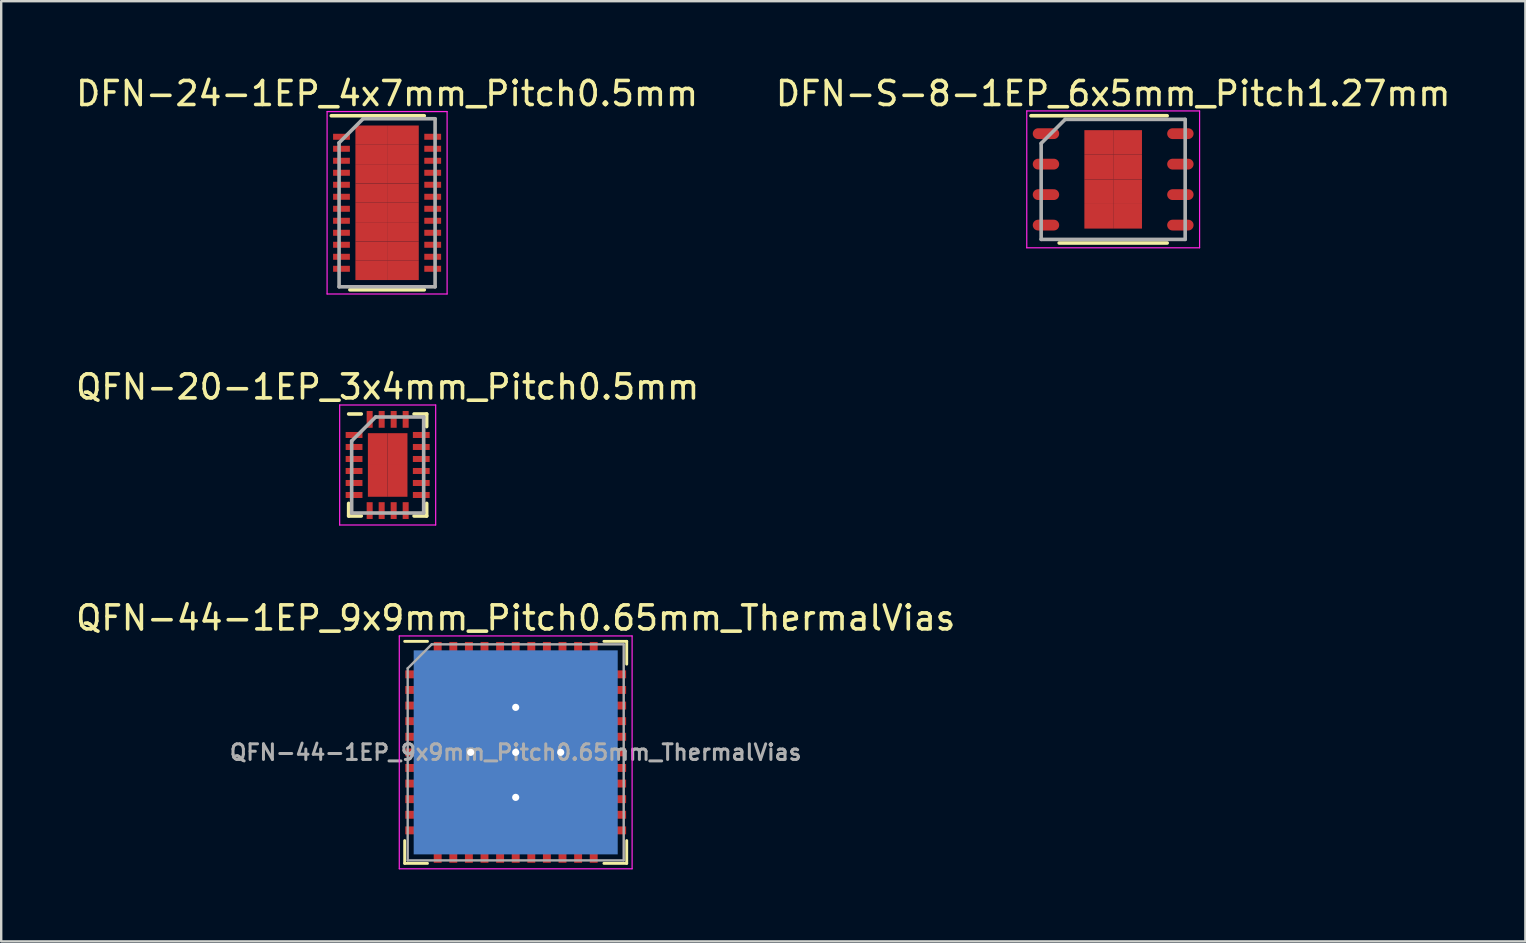
<source format=kicad_pcb>
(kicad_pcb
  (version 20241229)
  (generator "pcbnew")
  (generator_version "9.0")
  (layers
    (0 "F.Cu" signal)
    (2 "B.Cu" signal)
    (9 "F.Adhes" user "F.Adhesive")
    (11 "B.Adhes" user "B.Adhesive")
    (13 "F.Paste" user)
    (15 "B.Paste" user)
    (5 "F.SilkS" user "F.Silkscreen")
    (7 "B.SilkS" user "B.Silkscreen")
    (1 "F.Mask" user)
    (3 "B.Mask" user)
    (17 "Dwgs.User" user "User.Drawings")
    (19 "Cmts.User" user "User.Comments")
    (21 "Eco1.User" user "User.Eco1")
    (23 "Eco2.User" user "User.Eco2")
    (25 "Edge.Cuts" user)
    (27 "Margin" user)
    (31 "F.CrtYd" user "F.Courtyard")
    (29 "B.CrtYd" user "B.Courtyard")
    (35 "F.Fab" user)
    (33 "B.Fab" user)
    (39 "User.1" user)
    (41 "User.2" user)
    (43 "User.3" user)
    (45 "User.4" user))
  (footprint "QFN-20-1EP_3x4mm_Pitch0.5mm"
    (layer "F.Cu")
    (at 13.101 16.322)
    (property "Reference" "QFN-20-1EP_3x4mm_Pitch0.5mm" (at 0 -3.25 0) (layer "F.SilkS") (effects (font (size 1 1) (thickness 0.15))))
    (attr smd)
    (fp_line (start -1.625 -2.125) (end -1.1 -2.125) (stroke (width 0.15) (type solid)) (layer "F.SilkS"))
    (fp_line (start -1.625 2.125) (end -1.625 1.6) (stroke (width 0.15) (type solid)) (layer "F.SilkS"))
    (fp_line (start -1.625 2.125) (end -1.1 2.125) (stroke (width 0.15) (type solid)) (layer "F.SilkS"))
    (fp_line (start 1.625 -2.125) (end 1.1 -2.125) (stroke (width 0.15) (type solid)) (layer "F.SilkS"))
    (fp_line (start 1.625 -2.125) (end 1.625 -1.6) (stroke (width 0.15) (type solid)) (layer "F.SilkS"))
    (fp_line (start 1.625 2.125) (end 1.1 2.125) (stroke (width 0.15) (type solid)) (layer "F.SilkS"))
    (fp_line (start 1.625 2.125) (end 1.625 1.6) (stroke (width 0.15) (type solid)) (layer "F.SilkS"))
    (fp_line (start -2 -2.5) (end -2 2.5) (stroke (width 0.05) (type solid)) (layer "F.CrtYd"))
    (fp_line (start -2 -2.5) (end 2 -2.5) (stroke (width 0.05) (type solid)) (layer "F.CrtYd"))
    (fp_line (start -2 2.5) (end 2 2.5) (stroke (width 0.05) (type solid)) (layer "F.CrtYd"))
    (fp_line (start 2 -2.5) (end 2 2.5) (stroke (width 0.05) (type solid)) (layer "F.CrtYd"))
    (fp_line (start -1.5 -1) (end -0.5 -2) (stroke (width 0.15) (type solid)) (layer "F.Fab"))
    (fp_line (start -1.5 2) (end -1.5 -1) (stroke (width 0.15) (type solid)) (layer "F.Fab"))
    (fp_line (start -0.5 -2) (end 1.5 -2) (stroke (width 0.15) (type solid)) (layer "F.Fab"))
    (fp_line (start 1.5 -2) (end 1.5 2) (stroke (width 0.15) (type solid)) (layer "F.Fab"))
    (fp_line (start 1.5 2) (end -1.5 2) (stroke (width 0.15) (type solid)) (layer "F.Fab"))
    (pad "1" smd rect (at -1.4 -1.25) (size 0.7 0.25) (layers "F.Cu" "F.Mask" "F.Paste"))
    (pad "2" smd rect (at -1.4 -0.75) (size 0.7 0.25) (layers "F.Cu" "F.Mask" "F.Paste"))
    (pad "3" smd rect (at -1.4 -0.25) (size 0.7 0.25) (layers "F.Cu" "F.Mask" "F.Paste"))
    (pad "4" smd rect (at -1.4 0.25) (size 0.7 0.25) (layers "F.Cu" "F.Mask" "F.Paste"))
    (pad "5" smd rect (at -1.4 0.75) (size 0.7 0.25) (layers "F.Cu" "F.Mask" "F.Paste"))
    (pad "6" smd rect (at -1.4 1.25) (size 0.7 0.25) (layers "F.Cu" "F.Mask" "F.Paste"))
    (pad "7" smd rect (at -0.75 1.9 90) (size 0.7 0.25) (layers "F.Cu" "F.Mask" "F.Paste"))
    (pad "8" smd rect (at -0.25 1.9 90) (size 0.7 0.25) (layers "F.Cu" "F.Mask" "F.Paste"))
    (pad "9" smd rect (at 0.25 1.9 90) (size 0.7 0.25) (layers "F.Cu" "F.Mask" "F.Paste"))
    (pad "10" smd rect (at 0.75 1.9 90) (size 0.7 0.25) (layers "F.Cu" "F.Mask" "F.Paste"))
    (pad "11" smd rect (at 1.4 1.25) (size 0.7 0.25) (layers "F.Cu" "F.Mask" "F.Paste"))
    (pad "12" smd rect (at 1.4 0.75) (size 0.7 0.25) (layers "F.Cu" "F.Mask" "F.Paste"))
    (pad "13" smd rect (at 1.4 0.25) (size 0.7 0.25) (layers "F.Cu" "F.Mask" "F.Paste"))
    (pad "14" smd rect (at 1.4 -0.25) (size 0.7 0.25) (layers "F.Cu" "F.Mask" "F.Paste"))
    (pad "15" smd rect (at 1.4 -0.75) (size 0.7 0.25) (layers "F.Cu" "F.Mask" "F.Paste"))
    (pad "16" smd rect (at 1.4 -1.25) (size 0.7 0.25) (layers "F.Cu" "F.Mask" "F.Paste"))
    (pad "17" smd rect (at 0.75 -1.9 90) (size 0.7 0.25) (layers "F.Cu" "F.Mask" "F.Paste"))
    (pad "18" smd rect (at 0.25 -1.9 90) (size 0.7 0.25) (layers "F.Cu" "F.Mask" "F.Paste"))
    (pad "19" smd rect (at -0.25 -1.9 90) (size 0.7 0.25) (layers "F.Cu" "F.Mask" "F.Paste"))
    (pad "20" smd rect (at -0.75 -1.9 90) (size 0.7 0.25) (layers "F.Cu" "F.Mask" "F.Paste"))
    (pad "21" smd rect (at -0.412 -0.662) (size 0.825 1.325) (layers "F.Cu" "F.Mask" "F.Paste"))
    (pad "21" smd rect (at -0.412 0.662) (size 0.825 1.325) (layers "F.Cu" "F.Mask" "F.Paste"))
    (pad "21" smd rect (at 0.412 -0.662) (size 0.825 1.325) (layers "F.Cu" "F.Mask" "F.Paste"))
    (pad "21" smd rect (at 0.412 0.662) (size 0.825 1.325) (layers "F.Cu" "F.Mask" "F.Paste")))
  (footprint "QFN-44-1EP_9x9mm_Pitch0.65mm_ThermalVias"
    (layer "F.Cu")
    (at 18.435 28.295)
    (property "Reference" "QFN-44-1EP_9x9mm_Pitch0.65mm_ThermalVias" (at 0 -5.6 0) (layer "F.SilkS") (effects (font (size 1 1) (thickness 0.15))))
    (attr smd)
    (fp_line (start -4.625 -4.625) (end -3.675 -4.625) (stroke (width 0.12) (type solid)) (layer "F.SilkS"))
    (fp_line (start -4.625 4.625) (end -4.625 3.675) (stroke (width 0.12) (type solid)) (layer "F.SilkS"))
    (fp_line (start -3.675 4.625) (end -4.625 4.625) (stroke (width 0.12) (type solid)) (layer "F.SilkS"))
    (fp_line (start 3.675 -4.625) (end 4.625 -4.625) (stroke (width 0.12) (type solid)) (layer "F.SilkS"))
    (fp_line (start 3.675 4.625) (end 4.625 4.625) (stroke (width 0.12) (type solid)) (layer "F.SilkS"))
    (fp_line (start 4.625 -4.625) (end 4.625 -3.675) (stroke (width 0.12) (type solid)) (layer "F.SilkS"))
    (fp_line (start 4.625 4.625) (end 4.625 3.675) (stroke (width 0.12) (type solid)) (layer "F.SilkS"))
    (fp_line (start -4.85 -4.85) (end -4.85 4.85) (stroke (width 0.05) (type solid)) (layer "F.CrtYd"))
    (fp_line (start -4.85 4.85) (end 4.85 4.85) (stroke (width 0.05) (type solid)) (layer "F.CrtYd"))
    (fp_line (start 4.85 -4.85) (end -4.85 -4.85) (stroke (width 0.05) (type solid)) (layer "F.CrtYd"))
    (fp_line (start 4.85 4.85) (end 4.85 -4.85) (stroke (width 0.05) (type solid)) (layer "F.CrtYd"))
    (fp_line (start -4.5 -3.5) (end -3.5 -4.5) (stroke (width 0.1) (type solid)) (layer "F.Fab"))
    (fp_line (start -4.5 4.5) (end -4.5 -3.5) (stroke (width 0.1) (type solid)) (layer "F.Fab"))
    (fp_line (start -3.5 -4.5) (end 4.5 -4.5) (stroke (width 0.1) (type solid)) (layer "F.Fab"))
    (fp_line (start 4.5 -4.5) (end 4.5 4.5) (stroke (width 0.1) (type solid)) (layer "F.Fab"))
    (fp_line (start 4.5 4.5) (end -4.5 4.5) (stroke (width 0.1) (type solid)) (layer "F.Fab"))
    (fp_text user "${REFERENCE}" (at 0 0 0) (layer "F.Fab") (effects (font (size 0.65 0.65) (thickness 0.125))))
    (pad "" smd rect (at -1.875 -1.875) (size 2.65 2.65) (layers "F.Paste"))
    (pad "" smd rect (at -1.875 1.875) (size 2.65 2.65) (layers "F.Paste"))
    (pad "" smd rect (at 1.875 -1.875) (size 2.65 2.65) (layers "F.Paste"))
    (pad "" smd rect (at 1.875 1.875) (size 2.65 2.65) (layers "F.Paste"))
    (pad "1" smd rect (at -4.3 -3.25) (size 0.6 0.33) (layers "F.Cu" "F.Mask" "F.Paste"))
    (pad "2" smd rect (at -4.3 -2.6) (size 0.6 0.33) (layers "F.Cu" "F.Mask" "F.Paste"))
    (pad "3" smd rect (at -4.3 -1.95) (size 0.6 0.33) (layers "F.Cu" "F.Mask" "F.Paste"))
    (pad "4" smd rect (at -4.3 -1.3) (size 0.6 0.33) (layers "F.Cu" "F.Mask" "F.Paste"))
    (pad "5" smd rect (at -4.3 -0.65) (size 0.6 0.33) (layers "F.Cu" "F.Mask" "F.Paste"))
    (pad "6" smd rect (at -4.3 0) (size 0.6 0.33) (layers "F.Cu" "F.Mask" "F.Paste"))
    (pad "7" smd rect (at -4.3 0.65) (size 0.6 0.33) (layers "F.Cu" "F.Mask" "F.Paste"))
    (pad "8" smd rect (at -4.3 1.3) (size 0.6 0.33) (layers "F.Cu" "F.Mask" "F.Paste"))
    (pad "9" smd rect (at -4.3 1.95) (size 0.6 0.33) (layers "F.Cu" "F.Mask" "F.Paste"))
    (pad "10" smd rect (at -4.3 2.6) (size 0.6 0.33) (layers "F.Cu" "F.Mask" "F.Paste"))
    (pad "11" smd rect (at -4.3 3.25) (size 0.6 0.33) (layers "F.Cu" "F.Mask" "F.Paste"))
    (pad "12" smd rect (at -3.25 4.3 90) (size 0.6 0.33) (layers "F.Cu" "F.Mask" "F.Paste"))
    (pad "13" smd rect (at -2.6 4.3 90) (size 0.6 0.33) (layers "F.Cu" "F.Mask" "F.Paste"))
    (pad "14" smd rect (at -1.95 4.3 90) (size 0.6 0.33) (layers "F.Cu" "F.Mask" "F.Paste"))
    (pad "15" smd rect (at -1.3 4.3 90) (size 0.6 0.33) (layers "F.Cu" "F.Mask" "F.Paste"))
    (pad "16" smd rect (at -0.65 4.3 90) (size 0.6 0.33) (layers "F.Cu" "F.Mask" "F.Paste"))
    (pad "17" smd rect (at 0 4.3 90) (size 0.6 0.33) (layers "F.Cu" "F.Mask" "F.Paste"))
    (pad "18" smd rect (at 0.65 4.3 90) (size 0.6 0.33) (layers "F.Cu" "F.Mask" "F.Paste"))
    (pad "19" smd rect (at 1.3 4.3 90) (size 0.6 0.33) (layers "F.Cu" "F.Mask" "F.Paste"))
    (pad "20" smd rect (at 1.95 4.3 90) (size 0.6 0.33) (layers "F.Cu" "F.Mask" "F.Paste"))
    (pad "21" smd rect (at 2.6 4.3 90) (size 0.6 0.33) (layers "F.Cu" "F.Mask" "F.Paste"))
    (pad "22" smd rect (at 3.25 4.3 90) (size 0.6 0.33) (layers "F.Cu" "F.Mask" "F.Paste"))
    (pad "23" smd rect (at 4.3 3.25) (size 0.6 0.33) (layers "F.Cu" "F.Mask" "F.Paste"))
    (pad "24" smd rect (at 4.3 2.6) (size 0.6 0.33) (layers "F.Cu" "F.Mask" "F.Paste"))
    (pad "25" smd rect (at 4.3 1.95) (size 0.6 0.33) (layers "F.Cu" "F.Mask" "F.Paste"))
    (pad "26" smd rect (at 4.3 1.3) (size 0.6 0.33) (layers "F.Cu" "F.Mask" "F.Paste"))
    (pad "27" smd rect (at 4.3 0.65) (size 0.6 0.33) (layers "F.Cu" "F.Mask" "F.Paste"))
    (pad "28" smd rect (at 4.3 0) (size 0.6 0.33) (layers "F.Cu" "F.Mask" "F.Paste"))
    (pad "29" smd rect (at 4.3 -0.65) (size 0.6 0.33) (layers "F.Cu" "F.Mask" "F.Paste"))
    (pad "30" smd rect (at 4.3 -1.3) (size 0.6 0.33) (layers "F.Cu" "F.Mask" "F.Paste"))
    (pad "31" smd rect (at 4.3 -1.95) (size 0.6 0.33) (layers "F.Cu" "F.Mask" "F.Paste"))
    (pad "32" smd rect (at 4.3 -2.6) (size 0.6 0.33) (layers "F.Cu" "F.Mask" "F.Paste"))
    (pad "33" smd rect (at 4.3 -3.25) (size 0.6 0.33) (layers "F.Cu" "F.Mask" "F.Paste"))
    (pad "34" smd rect (at 3.25 -4.3 90) (size 0.6 0.33) (layers "F.Cu" "F.Mask" "F.Paste"))
    (pad "35" smd rect (at 2.6 -4.3 90) (size 0.6 0.33) (layers "F.Cu" "F.Mask" "F.Paste"))
    (pad "36" smd rect (at 1.95 -4.3 90) (size 0.6 0.33) (layers "F.Cu" "F.Mask" "F.Paste"))
    (pad "37" smd rect (at 1.3 -4.3 90) (size 0.6 0.33) (layers "F.Cu" "F.Mask" "F.Paste"))
    (pad "38" smd rect (at 0.65 -4.3 90) (size 0.6 0.33) (layers "F.Cu" "F.Mask" "F.Paste"))
    (pad "39" smd rect (at 0 -4.3 90) (size 0.6 0.33) (layers "F.Cu" "F.Mask" "F.Paste"))
    (pad "40" smd rect (at -0.65 -4.3 90) (size 0.6 0.33) (layers "F.Cu" "F.Mask" "F.Paste"))
    (pad "41" smd rect (at -1.3 -4.3 90) (size 0.6 0.33) (layers "F.Cu" "F.Mask" "F.Paste"))
    (pad "42" smd rect (at -1.95 -4.3 90) (size 0.6 0.33) (layers "F.Cu" "F.Mask" "F.Paste"))
    (pad "43" smd rect (at -2.6 -4.3 90) (size 0.6 0.33) (layers "F.Cu" "F.Mask" "F.Paste"))
    (pad "44" smd rect (at -3.25 -4.3 90) (size 0.6 0.33) (layers "F.Cu" "F.Mask" "F.Paste"))
    (pad "45" thru_hole circle (at -1.875 0) (size 0.6 0.6) (drill 0.3) (layers "*.Cu"))
    (pad "45" thru_hole circle (at 0 -1.875) (size 0.6 0.6) (drill 0.3) (layers "*.Cu"))
    (pad "45" thru_hole circle (at 0 0) (size 0.6 0.6) (drill 0.3) (layers "*.Cu"))
    (pad "45" smd rect (at 0 0) (size 7.5 7.5) (layers "F.Cu" "F.Mask"))
    (pad "45" smd rect (at 0 0) (size 8.5 8.5) (layers "B.Cu"))
    (pad "45" thru_hole circle (at 0 1.875) (size 0.6 0.6) (drill 0.3) (layers "*.Cu"))
    (pad "45" thru_hole circle (at 1.875 0) (size 0.6 0.6) (drill 0.3) (layers "*.Cu")))
  (footprint "DFN-24-1EP_4x7mm_Pitch0.5mm"
    (layer "F.Cu")
    (at 13.077 5.398)
    (property "Reference" "DFN-24-1EP_4x7mm_Pitch0.5mm" (at 0 -4.55 0) (layer "F.SilkS") (effects (font (size 1 1) (thickness 0.15))))
    (attr smd)
    (fp_line (start -2.325 -3.625) (end 1.55 -3.625) (stroke (width 0.15) (type solid)) (layer "F.SilkS"))
    (fp_line (start -1.55 3.625) (end 1.55 3.625) (stroke (width 0.15) (type solid)) (layer "F.SilkS"))
    (fp_line (start -2.5 -3.8) (end -2.5 3.8) (stroke (width 0.05) (type solid)) (layer "F.CrtYd"))
    (fp_line (start -2.5 -3.8) (end 2.5 -3.8) (stroke (width 0.05) (type solid)) (layer "F.CrtYd"))
    (fp_line (start -2.5 3.8) (end 2.5 3.8) (stroke (width 0.05) (type solid)) (layer "F.CrtYd"))
    (fp_line (start 2.5 -3.8) (end 2.5 3.8) (stroke (width 0.05) (type solid)) (layer "F.CrtYd"))
    (fp_line (start -2 -2.5) (end -1 -3.5) (stroke (width 0.15) (type solid)) (layer "F.Fab"))
    (fp_line (start -2 3.5) (end -2 -2.5) (stroke (width 0.15) (type solid)) (layer "F.Fab"))
    (fp_line (start -1 -3.5) (end 2 -3.5) (stroke (width 0.15) (type solid)) (layer "F.Fab"))
    (fp_line (start 2 -3.5) (end 2 3.5) (stroke (width 0.15) (type solid)) (layer "F.Fab"))
    (fp_line (start 2 3.5) (end -2 3.5) (stroke (width 0.15) (type solid)) (layer "F.Fab"))
    (pad "1" smd rect (at -1.9 -2.75) (size 0.7 0.25) (layers "F.Cu" "F.Mask" "F.Paste"))
    (pad "2" smd rect (at -1.9 -2.25) (size 0.7 0.25) (layers "F.Cu" "F.Mask" "F.Paste"))
    (pad "3" smd rect (at -1.9 -1.75) (size 0.7 0.25) (layers "F.Cu" "F.Mask" "F.Paste"))
    (pad "4" smd rect (at -1.9 -1.25) (size 0.7 0.25) (layers "F.Cu" "F.Mask" "F.Paste"))
    (pad "5" smd rect (at -1.9 -0.75) (size 0.7 0.25) (layers "F.Cu" "F.Mask" "F.Paste"))
    (pad "6" smd rect (at -1.9 -0.25) (size 0.7 0.25) (layers "F.Cu" "F.Mask" "F.Paste"))
    (pad "7" smd rect (at -1.9 0.25) (size 0.7 0.25) (layers "F.Cu" "F.Mask" "F.Paste"))
    (pad "8" smd rect (at -1.9 0.75) (size 0.7 0.25) (layers "F.Cu" "F.Mask" "F.Paste"))
    (pad "9" smd rect (at -1.9 1.25) (size 0.7 0.25) (layers "F.Cu" "F.Mask" "F.Paste"))
    (pad "10" smd rect (at -1.9 1.75) (size 0.7 0.25) (layers "F.Cu" "F.Mask" "F.Paste"))
    (pad "11" smd rect (at -1.9 2.25) (size 0.7 0.25) (layers "F.Cu" "F.Mask" "F.Paste"))
    (pad "12" smd rect (at -1.9 2.75) (size 0.7 0.25) (layers "F.Cu" "F.Mask" "F.Paste"))
    (pad "13" smd rect (at 1.9 2.75) (size 0.7 0.25) (layers "F.Cu" "F.Mask" "F.Paste"))
    (pad "14" smd rect (at 1.9 2.25) (size 0.7 0.25) (layers "F.Cu" "F.Mask" "F.Paste"))
    (pad "15" smd rect (at 1.9 1.75) (size 0.7 0.25) (layers "F.Cu" "F.Mask" "F.Paste"))
    (pad "16" smd rect (at 1.9 1.25) (size 0.7 0.25) (layers "F.Cu" "F.Mask" "F.Paste"))
    (pad "17" smd rect (at 1.9 0.75) (size 0.7 0.25) (layers "F.Cu" "F.Mask" "F.Paste"))
    (pad "18" smd rect (at 1.9 0.25) (size 0.7 0.25) (layers "F.Cu" "F.Mask" "F.Paste"))
    (pad "19" smd rect (at 1.9 -0.25) (size 0.7 0.25) (layers "F.Cu" "F.Mask" "F.Paste"))
    (pad "20" smd rect (at 1.9 -0.75) (size 0.7 0.25) (layers "F.Cu" "F.Mask" "F.Paste"))
    (pad "21" smd rect (at 1.9 -1.25) (size 0.7 0.25) (layers "F.Cu" "F.Mask" "F.Paste"))
    (pad "22" smd rect (at 1.9 -1.75) (size 0.7 0.25) (layers "F.Cu" "F.Mask" "F.Paste"))
    (pad "23" smd rect (at 1.9 -2.25) (size 0.7 0.25) (layers "F.Cu" "F.Mask" "F.Paste"))
    (pad "24" smd rect (at 1.9 -2.75) (size 0.7 0.25) (layers "F.Cu" "F.Mask" "F.Paste"))
    (pad "25" smd rect (at -0.66 -2.817) (size 1.32 0.805) (layers "F.Cu" "F.Mask" "F.Paste"))
    (pad "25" smd rect (at -0.66 -2.013) (size 1.32 0.805) (layers "F.Cu" "F.Mask" "F.Paste"))
    (pad "25" smd rect (at -0.66 -1.208) (size 1.32 0.805) (layers "F.Cu" "F.Mask" "F.Paste"))
    (pad "25" smd rect (at -0.66 -0.403) (size 1.32 0.805) (layers "F.Cu" "F.Mask" "F.Paste"))
    (pad "25" smd rect (at -0.66 0.403) (size 1.32 0.805) (layers "F.Cu" "F.Mask" "F.Paste"))
    (pad "25" smd rect (at -0.66 1.208) (size 1.32 0.805) (layers "F.Cu" "F.Mask" "F.Paste"))
    (pad "25" smd rect (at -0.66 2.013) (size 1.32 0.805) (layers "F.Cu" "F.Mask" "F.Paste"))
    (pad "25" smd rect (at -0.66 2.817) (size 1.32 0.805) (layers "F.Cu" "F.Mask" "F.Paste"))
    (pad "25" smd rect (at 0.66 -2.817) (size 1.32 0.805) (layers "F.Cu" "F.Mask" "F.Paste"))
    (pad "25" smd rect (at 0.66 -2.013) (size 1.32 0.805) (layers "F.Cu" "F.Mask" "F.Paste"))
    (pad "25" smd rect (at 0.66 -1.208) (size 1.32 0.805) (layers "F.Cu" "F.Mask" "F.Paste"))
    (pad "25" smd rect (at 0.66 -0.403) (size 1.32 0.805) (layers "F.Cu" "F.Mask" "F.Paste"))
    (pad "25" smd rect (at 0.66 0.403) (size 1.32 0.805) (layers "F.Cu" "F.Mask" "F.Paste"))
    (pad "25" smd rect (at 0.66 1.208) (size 1.32 0.805) (layers "F.Cu" "F.Mask" "F.Paste"))
    (pad "25" smd rect (at 0.66 2.013) (size 1.32 0.805) (layers "F.Cu" "F.Mask" "F.Paste"))
    (pad "25" smd rect (at 0.66 2.817) (size 1.32 0.805) (layers "F.Cu" "F.Mask" "F.Paste")))
  (footprint "DFN-S-8-1EP_6x5mm_Pitch1.27mm"
    (layer "F.Cu")
    (at 43.327 4.423)
    (property "Reference" "DFN-S-8-1EP_6x5mm_Pitch1.27mm" (at 0 -3.575 0) (layer "F.SilkS") (effects (font (size 1 1) (thickness 0.15))))
    (attr smd)
    (fp_line (start -3.425 -2.65) (end 2.25 -2.65) (stroke (width 0.15) (type solid)) (layer "F.SilkS"))
    (fp_line (start -2.25 2.65) (end 2.25 2.65) (stroke (width 0.15) (type solid)) (layer "F.SilkS"))
    (fp_line (start -3.6 -2.85) (end -3.6 2.85) (stroke (width 0.05) (type solid)) (layer "F.CrtYd"))
    (fp_line (start -3.6 -2.85) (end 3.6 -2.85) (stroke (width 0.05) (type solid)) (layer "F.CrtYd"))
    (fp_line (start -3.6 2.85) (end 3.6 2.85) (stroke (width 0.05) (type solid)) (layer "F.CrtYd"))
    (fp_line (start 3.6 -2.85) (end 3.6 2.85) (stroke (width 0.05) (type solid)) (layer "F.CrtYd"))
    (fp_line (start -3 -1.5) (end -2 -2.5) (stroke (width 0.15) (type solid)) (layer "F.Fab"))
    (fp_line (start -3 2.5) (end -3 -1.5) (stroke (width 0.15) (type solid)) (layer "F.Fab"))
    (fp_line (start -2 -2.5) (end 3 -2.5) (stroke (width 0.15) (type solid)) (layer "F.Fab"))
    (fp_line (start 3 -2.5) (end 3 2.5) (stroke (width 0.15) (type solid)) (layer "F.Fab"))
    (fp_line (start 3 2.5) (end -3 2.5) (stroke (width 0.15) (type solid)) (layer "F.Fab"))
    (pad "1" smd oval (at -2.8 -1.905) (size 1.1 0.45) (layers "F.Cu" "F.Mask" "F.Paste"))
    (pad "2" smd oval (at -2.8 -0.635) (size 1.1 0.45) (layers "F.Cu" "F.Mask" "F.Paste"))
    (pad "3" smd oval (at -2.8 0.635) (size 1.1 0.45) (layers "F.Cu" "F.Mask" "F.Paste"))
    (pad "4" smd oval (at -2.8 1.905) (size 1.1 0.45) (layers "F.Cu" "F.Mask" "F.Paste"))
    (pad "5" smd oval (at 2.8 1.905) (size 1.1 0.45) (layers "F.Cu" "F.Mask" "F.Paste"))
    (pad "6" smd oval (at 2.8 0.635) (size 1.1 0.45) (layers "F.Cu" "F.Mask" "F.Paste"))
    (pad "7" smd oval (at 2.8 -0.635) (size 1.1 0.45) (layers "F.Cu" "F.Mask" "F.Paste"))
    (pad "8" smd oval (at 2.8 -1.905) (size 1.1 0.45) (layers "F.Cu" "F.Mask" "F.Paste"))
    (pad "9" smd rect (at -0.6 -1.538) (size 1.2 1.025) (layers "F.Cu" "F.Mask" "F.Paste"))
    (pad "9" smd rect (at -0.6 -0.512) (size 1.2 1.025) (layers "F.Cu" "F.Mask" "F.Paste"))
    (pad "9" smd rect (at -0.6 0.512) (size 1.2 1.025) (layers "F.Cu" "F.Mask" "F.Paste"))
    (pad "9" smd rect (at -0.6 1.538) (size 1.2 1.025) (layers "F.Cu" "F.Mask" "F.Paste"))
    (pad "9" smd rect (at 0.6 -1.538) (size 1.2 1.025) (layers "F.Cu" "F.Mask" "F.Paste"))
    (pad "9" smd rect (at 0.6 -0.512) (size 1.2 1.025) (layers "F.Cu" "F.Mask" "F.Paste"))
    (pad "9" smd rect (at 0.6 0.512) (size 1.2 1.025) (layers "F.Cu" "F.Mask" "F.Paste"))
    (pad "9" smd rect (at 0.6 1.538) (size 1.2 1.025) (layers "F.Cu" "F.Mask" "F.Paste")))
  (gr_rect
    (start -3 -3)
    (end 60.5 36.17)
    (stroke (width 0.1) (type default))
    (fill no)
    (layer "Edge.Cuts")))
</source>
